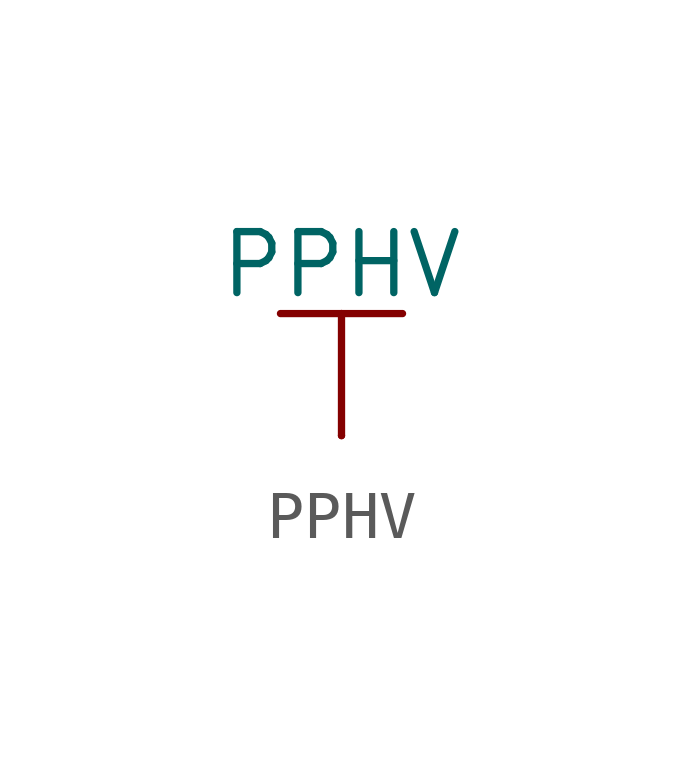
<source format=kicad_sym>
(kicad_symbol_lib
  (version 20241209)
  (generator "kicad_symbol_editor")
  (generator_version "9.0")
  (symbol "PPHV"
    (power)
    (pin_numbers
      (hide yes))
    (pin_names
      (offset 0)
      (hide yes))
    (property "Reference" "#PWR"
      (at 0 0 0)
      (effects (font (size 1.27 1.27)) (hide yes)))
    (property "Value" "PPHV"
      (at 0 3.556 0)
      (do_not_autoplace)
      (effects (font (size 1.27 1.27))))
    (symbol "PPHV_0_1"
      (polyline (pts (xy -1.27 2.54) (xy 0 2.54)) (stroke (width 0) (type default)) (fill (type none)))
      (polyline (pts (xy 0 2.54) (xy 1.27 2.54)) (stroke (width 0) (type default)) (fill (type none)))
      (polyline (pts (xy 0 0) (xy 0 2.54)) (stroke (width 0) (type default)) (fill (type none))))
    (symbol "PPHV_1_1"
      (pin power_in line (at 0 0 90) (length 0) (name "~" (effects (font (size 1.27 1.27)))) (number "1" (effects (font (size 1.27 1.27))))))))
</source>
